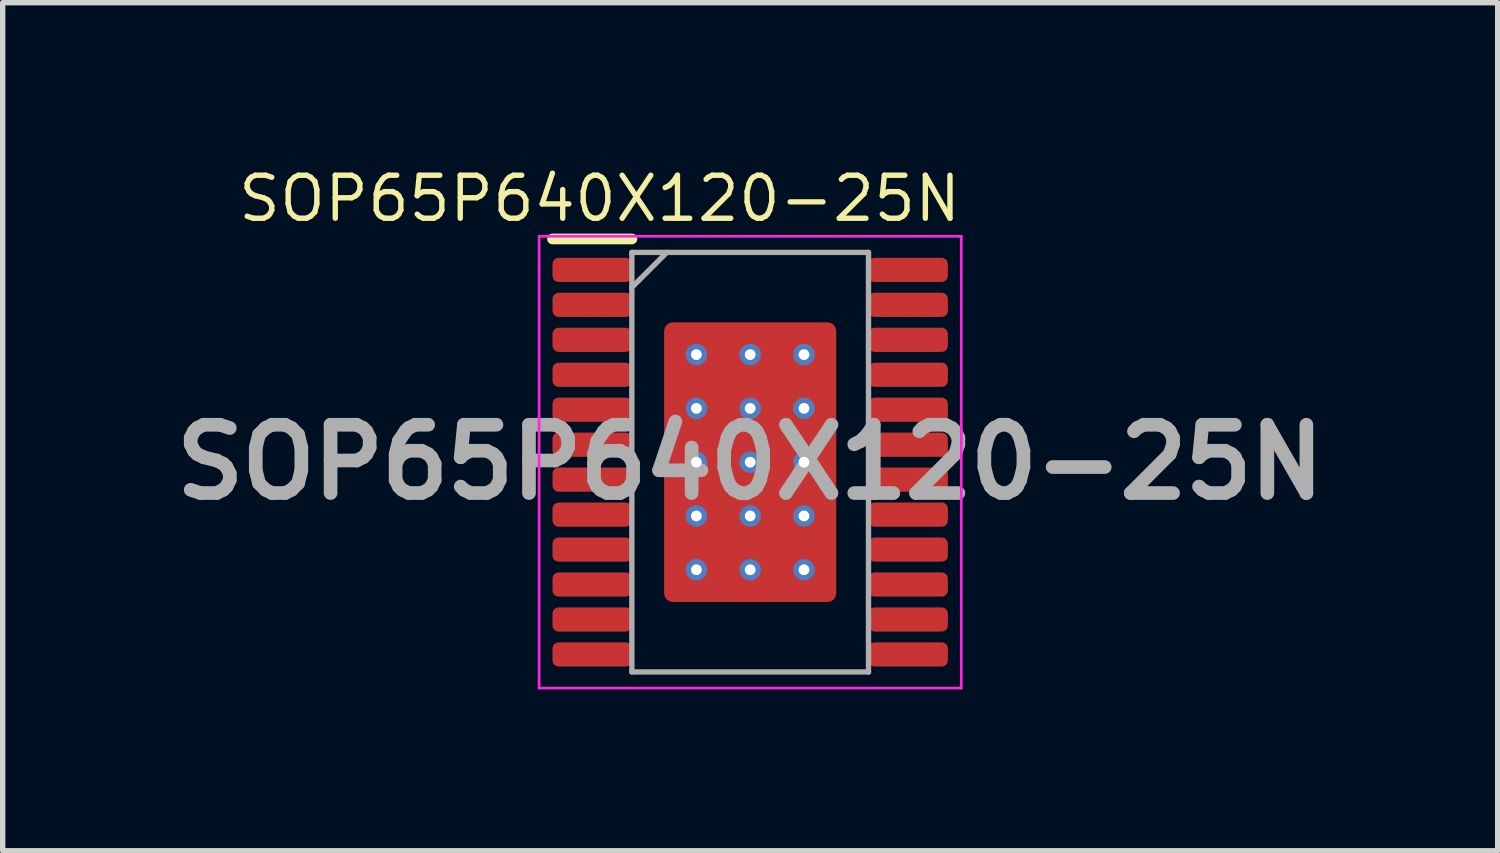
<source format=kicad_pcb>
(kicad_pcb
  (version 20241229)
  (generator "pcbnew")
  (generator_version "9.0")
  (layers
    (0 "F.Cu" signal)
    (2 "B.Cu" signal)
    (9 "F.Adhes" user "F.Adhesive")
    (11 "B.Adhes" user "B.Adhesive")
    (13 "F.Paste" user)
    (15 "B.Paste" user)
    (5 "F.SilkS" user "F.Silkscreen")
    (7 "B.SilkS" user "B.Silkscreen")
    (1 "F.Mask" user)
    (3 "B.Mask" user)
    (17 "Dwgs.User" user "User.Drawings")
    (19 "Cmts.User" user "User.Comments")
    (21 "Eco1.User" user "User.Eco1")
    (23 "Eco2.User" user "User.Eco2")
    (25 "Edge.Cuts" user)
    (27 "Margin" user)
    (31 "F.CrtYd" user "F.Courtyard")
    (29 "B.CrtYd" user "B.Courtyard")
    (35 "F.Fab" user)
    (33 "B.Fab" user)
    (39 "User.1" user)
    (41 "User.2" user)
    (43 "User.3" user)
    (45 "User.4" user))
  (footprint "SOP65P640X120-25N"
    (layer "F.Cu")
    (at 10.898 5.543)
    (property "Reference" "SOP65P640X120-25N" (at -2.8 -4.9 0) (layer "F.SilkS") (effects (font (size 0.8 0.8) (thickness 0.1))))
    (attr smd)
    (fp_line (start -3.675 -4.15) (end -2.2 -4.15) (stroke (width 0.2) (type solid)) (layer "F.SilkS"))
    (fp_line (start -3.925 -4.2) (end 3.925 -4.2) (stroke (width 0.05) (type solid)) (layer "F.CrtYd"))
    (fp_line (start -3.925 4.2) (end -3.925 -4.2) (stroke (width 0.05) (type solid)) (layer "F.CrtYd"))
    (fp_line (start 3.925 -4.2) (end 3.925 4.2) (stroke (width 0.05) (type solid)) (layer "F.CrtYd"))
    (fp_line (start 3.925 4.2) (end -3.925 4.2) (stroke (width 0.05) (type solid)) (layer "F.CrtYd"))
    (fp_line (start -2.2 -3.9) (end 2.2 -3.9) (stroke (width 0.1) (type solid)) (layer "F.Fab"))
    (fp_line (start -2.2 -3.25) (end -1.55 -3.9) (stroke (width 0.1) (type solid)) (layer "F.Fab"))
    (fp_line (start -2.2 3.9) (end -2.2 -3.9) (stroke (width 0.1) (type solid)) (layer "F.Fab"))
    (fp_line (start 2.2 -3.9) (end 2.2 3.9) (stroke (width 0.1) (type solid)) (layer "F.Fab"))
    (fp_line (start 2.2 3.9) (end -2.2 3.9) (stroke (width 0.1) (type solid)) (layer "F.Fab"))
    (fp_text user "${REFERENCE}" (at 0 0 0) (layer "F.Fab") (effects (font (size 1.27 1.27) (thickness 0.254))))
    (pad "1" smd roundrect (at -2.938 -3.575 90) (size 0.45 1.475) (layers "F.Cu" "F.Mask" "F.Paste") (roundrect_rratio 0.25))
    (pad "2" smd roundrect (at -2.938 -2.925 90) (size 0.45 1.475) (layers "F.Cu" "F.Mask" "F.Paste") (roundrect_rratio 0.25))
    (pad "3" smd roundrect (at -2.938 -2.275 90) (size 0.45 1.475) (layers "F.Cu" "F.Mask" "F.Paste") (roundrect_rratio 0.25))
    (pad "4" smd roundrect (at -2.938 -1.625 90) (size 0.45 1.475) (layers "F.Cu" "F.Mask" "F.Paste") (roundrect_rratio 0.25))
    (pad "5" smd roundrect (at -2.938 -0.975 90) (size 0.45 1.475) (layers "F.Cu" "F.Mask" "F.Paste") (roundrect_rratio 0.25))
    (pad "6" smd roundrect (at -2.938 -0.325 90) (size 0.45 1.475) (layers "F.Cu" "F.Mask" "F.Paste") (roundrect_rratio 0.25))
    (pad "7" smd roundrect (at -2.938 0.325 90) (size 0.45 1.475) (layers "F.Cu" "F.Mask" "F.Paste") (roundrect_rratio 0.25))
    (pad "8" smd roundrect (at -2.938 0.975 90) (size 0.45 1.475) (layers "F.Cu" "F.Mask" "F.Paste") (roundrect_rratio 0.25))
    (pad "9" smd roundrect (at -2.938 1.625 90) (size 0.45 1.475) (layers "F.Cu" "F.Mask" "F.Paste") (roundrect_rratio 0.25))
    (pad "10" smd roundrect (at -2.938 2.275 90) (size 0.45 1.475) (layers "F.Cu" "F.Mask" "F.Paste") (roundrect_rratio 0.25))
    (pad "11" smd roundrect (at -2.938 2.925 90) (size 0.45 1.475) (layers "F.Cu" "F.Mask" "F.Paste") (roundrect_rratio 0.25))
    (pad "12" smd roundrect (at -2.938 3.575 90) (size 0.45 1.475) (layers "F.Cu" "F.Mask" "F.Paste") (roundrect_rratio 0.25))
    (pad "13" smd roundrect (at 2.938 3.575 90) (size 0.45 1.475) (layers "F.Cu" "F.Mask" "F.Paste") (roundrect_rratio 0.25))
    (pad "14" smd roundrect (at 2.938 2.925 90) (size 0.45 1.475) (layers "F.Cu" "F.Mask" "F.Paste") (roundrect_rratio 0.25))
    (pad "15" smd roundrect (at 2.938 2.275 90) (size 0.45 1.475) (layers "F.Cu" "F.Mask" "F.Paste") (roundrect_rratio 0.25))
    (pad "16" smd roundrect (at 2.938 1.625 90) (size 0.45 1.475) (layers "F.Cu" "F.Mask" "F.Paste") (roundrect_rratio 0.25))
    (pad "17" smd roundrect (at 2.938 0.975 90) (size 0.45 1.475) (layers "F.Cu" "F.Mask" "F.Paste") (roundrect_rratio 0.25))
    (pad "18" smd roundrect (at 2.938 0.325 90) (size 0.45 1.475) (layers "F.Cu" "F.Mask" "F.Paste") (roundrect_rratio 0.25))
    (pad "19" smd roundrect (at 2.938 -0.325 90) (size 0.45 1.475) (layers "F.Cu" "F.Mask" "F.Paste") (roundrect_rratio 0.25))
    (pad "20" smd roundrect (at 2.938 -0.975 90) (size 0.45 1.475) (layers "F.Cu" "F.Mask" "F.Paste") (roundrect_rratio 0.25))
    (pad "21" smd roundrect (at 2.938 -1.625 90) (size 0.45 1.475) (layers "F.Cu" "F.Mask" "F.Paste") (roundrect_rratio 0.25))
    (pad "22" smd roundrect (at 2.938 -2.275 90) (size 0.45 1.475) (layers "F.Cu" "F.Mask" "F.Paste") (roundrect_rratio 0.25))
    (pad "23" smd roundrect (at 2.938 -2.925 90) (size 0.45 1.475) (layers "F.Cu" "F.Mask" "F.Paste") (roundrect_rratio 0.25))
    (pad "24" smd roundrect (at 2.938 -3.575 90) (size 0.45 1.475) (layers "F.Cu" "F.Mask" "F.Paste") (roundrect_rratio 0.25))
    (pad "25" thru_hole circle (at -1 -2) (size 0.4 0.4) (drill 0.2) (layers "*.Cu" "*.Mask"))
    (pad "25" thru_hole circle (at -1 -1) (size 0.4 0.4) (drill 0.2) (layers "*.Cu" "*.Mask"))
    (pad "25" thru_hole circle (at -1 0) (size 0.4 0.4) (drill 0.2) (layers "*.Cu" "*.Mask"))
    (pad "25" thru_hole circle (at -1 1) (size 0.4 0.4) (drill 0.2) (layers "*.Cu" "*.Mask"))
    (pad "25" thru_hole circle (at -1 2) (size 0.4 0.4) (drill 0.2) (layers "*.Cu" "*.Mask"))
    (pad "25" thru_hole circle (at 0 -2) (size 0.4 0.4) (drill 0.2) (layers "*.Cu" "*.Mask"))
    (pad "25" thru_hole circle (at 0 -1) (size 0.4 0.4) (drill 0.2) (layers "*.Cu" "*.Mask"))
    (pad "25" thru_hole circle (at 0 0) (size 0.4 0.4) (drill 0.2) (layers "*.Cu" "*.Mask"))
    (pad "25" smd roundrect (at 0 0) (size 3.2 5.2) (layers "F.Cu" "F.Mask" "F.Paste") (roundrect_rratio 0.05))
    (pad "25" thru_hole circle (at 0 1) (size 0.4 0.4) (drill 0.2) (layers "*.Cu" "*.Mask"))
    (pad "25" thru_hole circle (at 0 2) (size 0.4 0.4) (drill 0.2) (layers "*.Cu" "*.Mask"))
    (pad "25" thru_hole circle (at 1 -2) (size 0.4 0.4) (drill 0.2) (layers "*.Cu" "*.Mask"))
    (pad "25" thru_hole circle (at 1 -1) (size 0.4 0.4) (drill 0.2) (layers "*.Cu" "*.Mask"))
    (pad "25" thru_hole circle (at 1 0) (size 0.4 0.4) (drill 0.2) (layers "*.Cu" "*.Mask"))
    (pad "25" thru_hole circle (at 1 1) (size 0.4 0.4) (drill 0.2) (layers "*.Cu" "*.Mask"))
    (pad "25" thru_hole circle (at 1 2) (size 0.4 0.4) (drill 0.2) (layers "*.Cu" "*.Mask")))
  (gr_rect
    (start -3 -3)
    (end 24.796 12.768)
    (stroke (width 0.1) (type default))
    (fill no)
    (layer "Edge.Cuts")))
</source>
